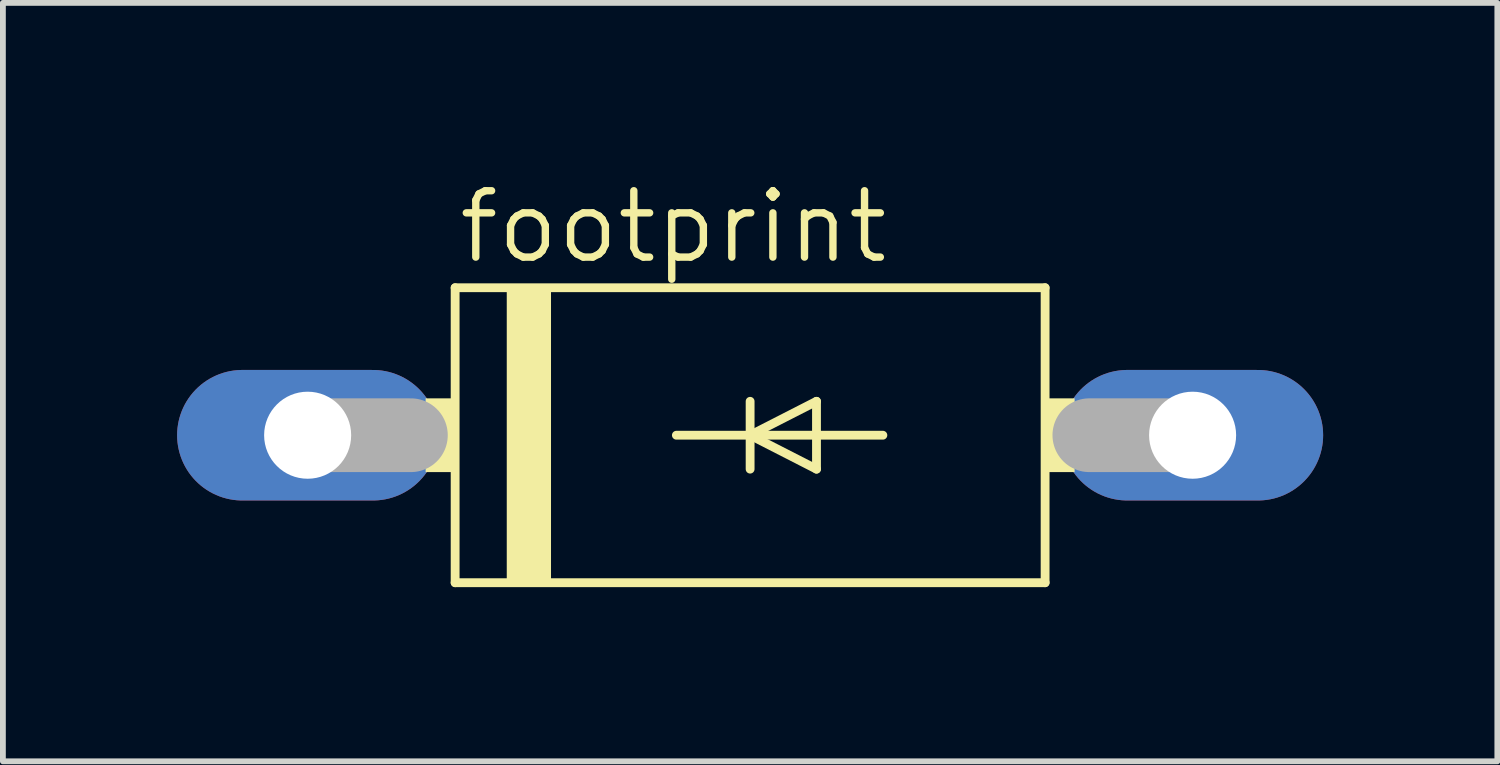
<source format=kicad_pcb>
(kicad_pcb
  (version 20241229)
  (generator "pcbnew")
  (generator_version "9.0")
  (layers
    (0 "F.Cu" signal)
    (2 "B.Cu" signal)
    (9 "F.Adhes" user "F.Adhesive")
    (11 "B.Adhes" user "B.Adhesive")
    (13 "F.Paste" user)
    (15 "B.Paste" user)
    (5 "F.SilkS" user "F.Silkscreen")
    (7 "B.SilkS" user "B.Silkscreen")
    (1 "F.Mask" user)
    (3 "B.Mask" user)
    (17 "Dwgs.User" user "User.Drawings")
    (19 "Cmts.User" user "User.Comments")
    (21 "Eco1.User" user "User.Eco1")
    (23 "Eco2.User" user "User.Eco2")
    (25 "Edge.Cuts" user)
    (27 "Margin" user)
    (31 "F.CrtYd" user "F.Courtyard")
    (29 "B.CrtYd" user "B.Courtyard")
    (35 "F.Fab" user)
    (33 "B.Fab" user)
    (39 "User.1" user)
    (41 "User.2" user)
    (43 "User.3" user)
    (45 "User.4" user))
  (footprint "footprint"
    (layer "F.Cu")
    (at 9.868 4.445)
    (property "Reference" "footprint" (at -5.08 -2.921 0) (layer "F.SilkS") (effects (font (size 1.143 1.143) (thickness 0.127)) (justify left bottom)))
    (fp_line (start -5.08 -2.54) (end 5.08 -2.54) (stroke (width 0.152) (type solid)) (layer "F.SilkS"))
    (fp_line (start -5.08 2.54) (end -5.08 -2.54) (stroke (width 0.152) (type solid)) (layer "F.SilkS"))
    (fp_line (start -1.27 0) (end 0 0) (stroke (width 0.152) (type solid)) (layer "F.SilkS"))
    (fp_line (start 0 -0.584) (end 0 0) (stroke (width 0.152) (type solid)) (layer "F.SilkS"))
    (fp_line (start 0 0) (end 0 0.584) (stroke (width 0.152) (type solid)) (layer "F.SilkS"))
    (fp_line (start 0 0) (end 1.143 -0.584) (stroke (width 0.152) (type solid)) (layer "F.SilkS"))
    (fp_line (start 0 0) (end 2.286 0) (stroke (width 0.152) (type solid)) (layer "F.SilkS"))
    (fp_line (start 1.143 -0.584) (end 1.143 0.584) (stroke (width 0.152) (type solid)) (layer "F.SilkS"))
    (fp_line (start 1.143 0.584) (end 0 0) (stroke (width 0.152) (type solid)) (layer "F.SilkS"))
    (fp_line (start 5.08 -2.54) (end 5.08 2.54) (stroke (width 0.152) (type solid)) (layer "F.SilkS"))
    (fp_line (start 5.08 2.54) (end -5.08 2.54) (stroke (width 0.152) (type solid)) (layer "F.SilkS"))
    (fp_poly (pts (xy -5.588 0.635) (xy -5.08 0.635) (xy -5.08 -0.635) (xy -5.588 -0.635)) (stroke (width 0) (type solid)) (fill yes) (layer "F.SilkS"))
    (fp_poly (pts (xy -4.191 2.54) (xy -3.429 2.54) (xy -3.429 -2.54) (xy -4.191 -2.54)) (stroke (width 0) (type solid)) (fill yes) (layer "F.SilkS"))
    (fp_poly (pts (xy 5.08 0.635) (xy 5.588 0.635) (xy 5.588 -0.635) (xy 5.08 -0.635)) (stroke (width 0) (type solid)) (fill yes) (layer "F.SilkS"))
    (fp_line (start -7.62 0) (end -5.842 0) (stroke (width 1.27) (type solid)) (layer "F.Fab"))
    (fp_line (start 7.62 0) (end 5.842 0) (stroke (width 1.27) (type solid)) (layer "F.Fab"))
    (pad "A" thru_hole oval (at 7.62 0) (size 4.496 2.248) (drill 1.499) (layers "*.Cu" "*.Mask"))
    (pad "C" thru_hole oval (at -7.62 0) (size 4.496 2.248) (drill 1.499) (layers "*.Cu" "*.Mask")))
  (gr_rect
    (start -3 -3)
    (end 22.736 10.061)
    (stroke (width 0.1) (type default))
    (fill no)
    (layer "Edge.Cuts")))
</source>
